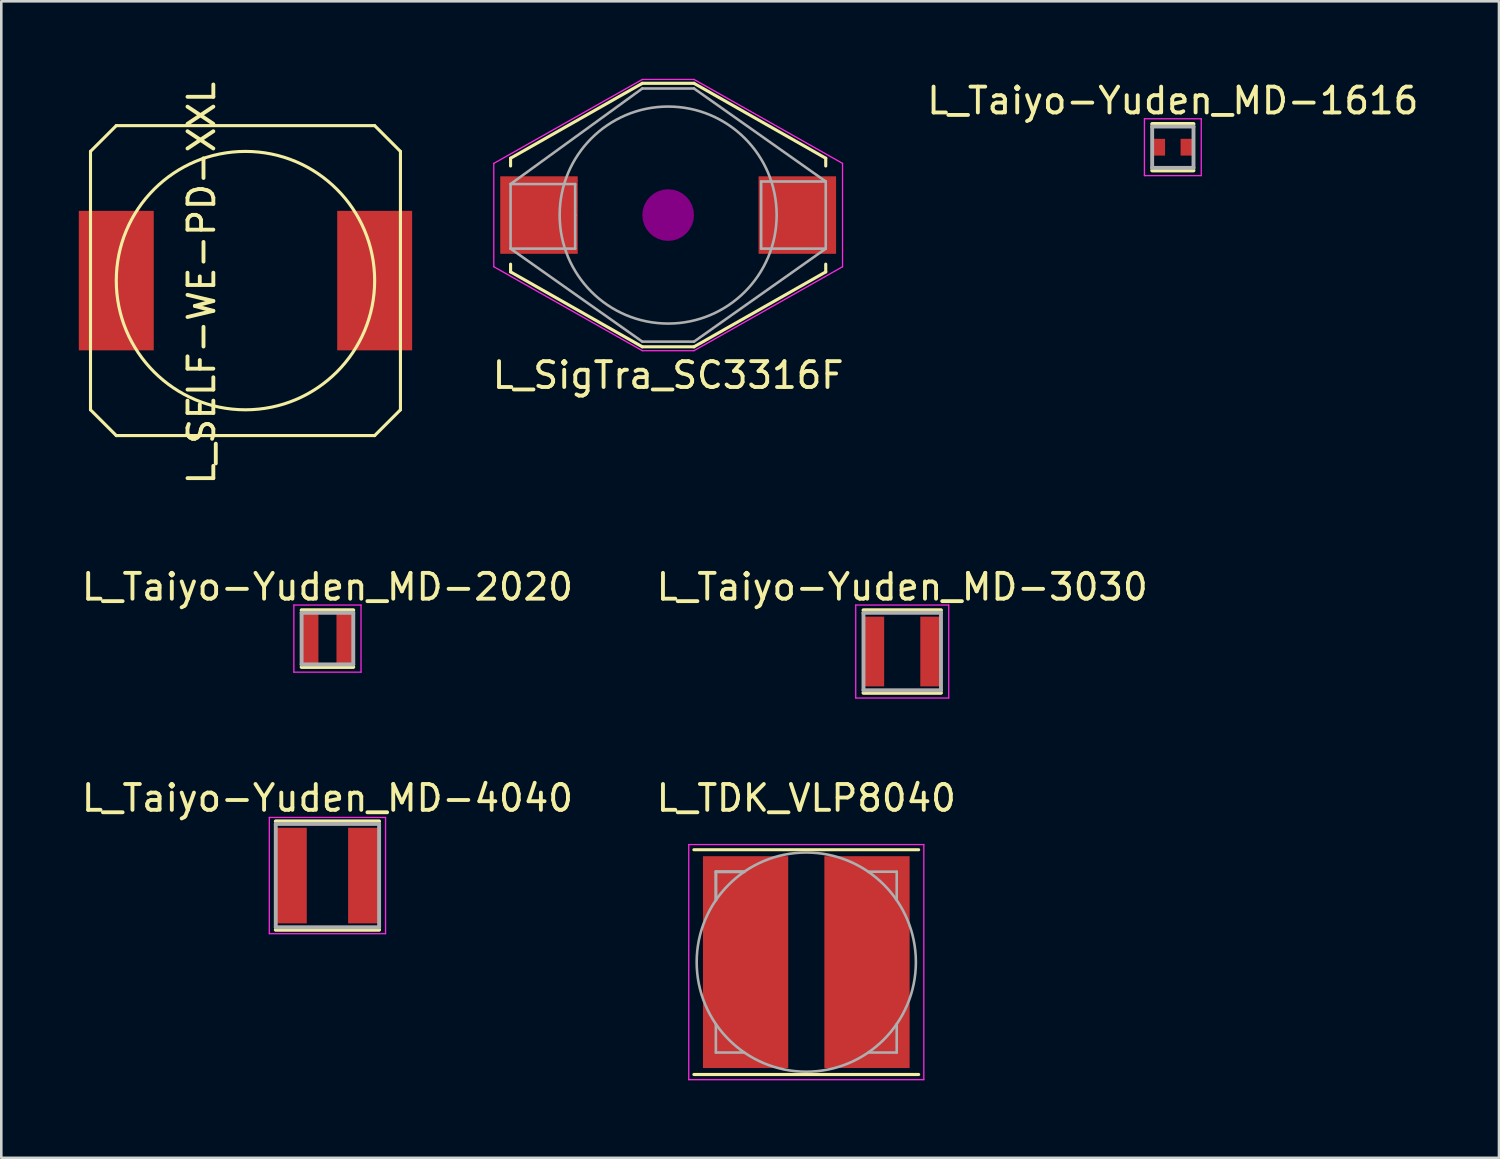
<source format=kicad_pcb>
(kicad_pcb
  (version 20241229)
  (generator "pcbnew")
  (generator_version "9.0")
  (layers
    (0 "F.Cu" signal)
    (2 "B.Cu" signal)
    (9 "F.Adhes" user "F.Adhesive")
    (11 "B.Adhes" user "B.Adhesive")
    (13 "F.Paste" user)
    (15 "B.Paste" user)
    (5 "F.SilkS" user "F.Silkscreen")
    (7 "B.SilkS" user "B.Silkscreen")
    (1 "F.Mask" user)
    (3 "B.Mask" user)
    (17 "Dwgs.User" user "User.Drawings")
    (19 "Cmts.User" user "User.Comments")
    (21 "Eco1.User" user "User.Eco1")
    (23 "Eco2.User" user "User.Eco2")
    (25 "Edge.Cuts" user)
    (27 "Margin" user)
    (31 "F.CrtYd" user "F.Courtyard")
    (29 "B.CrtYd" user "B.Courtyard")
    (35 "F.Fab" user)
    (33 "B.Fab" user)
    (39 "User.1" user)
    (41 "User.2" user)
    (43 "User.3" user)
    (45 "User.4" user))
  (footprint "L_SELF-WE-PD-XXL"
    (layer "F.Cu")
    (at 6.452 7.812)
    (property "Reference" "L_SELF-WE-PD-XXL" (at -1.699 0.099 90) (layer "F.SilkS") (effects (font (size 1 1) (thickness 0.15))))
    (attr smd)
    (fp_line (start -5.999 -5.001) (end -5.001 -5.999) (stroke (width 0.12) (type solid)) (layer "F.SilkS"))
    (fp_line (start -5.999 0) (end -5.999 -5.001) (stroke (width 0.12) (type solid)) (layer "F.SilkS"))
    (fp_line (start -5.999 5.001) (end -5.999 0) (stroke (width 0.12) (type solid)) (layer "F.SilkS"))
    (fp_line (start -5.001 -5.999) (end 5.001 -5.999) (stroke (width 0.12) (type solid)) (layer "F.SilkS"))
    (fp_line (start -5.001 5.999) (end -5.999 5.001) (stroke (width 0.12) (type solid)) (layer "F.SilkS"))
    (fp_line (start 5.001 -5.999) (end 5.999 -5.001) (stroke (width 0.12) (type solid)) (layer "F.SilkS"))
    (fp_line (start 5.001 5.999) (end -5.001 5.999) (stroke (width 0.12) (type solid)) (layer "F.SilkS"))
    (fp_line (start 5.999 -5.001) (end 5.999 5.001) (stroke (width 0.12) (type solid)) (layer "F.SilkS"))
    (fp_line (start 5.999 5.001) (end 5.001 5.999) (stroke (width 0.12) (type solid)) (layer "F.SilkS"))
    (fp_circle (center 0 0) (end 0 -5.001) (stroke (width 0.12) (type solid)) (fill no) (layer "F.SilkS"))
    (fp_text user "" (at 0 0 0) (layer "F.SilkS") (effects (font (size 1 1) (thickness 0.15))))
    (fp_text user "" (at 0 0 0) (layer "F.SilkS") (effects (font (size 1 1) (thickness 0.15))))
    (pad "1" smd rect (at -5.001 0) (size 2.901 5.4) (layers "F.Cu" "F.Mask" "F.Paste"))
    (pad "2" smd rect (at 5.001 0) (size 2.901 5.4) (layers "F.Cu" "F.Mask" "F.Paste")))
  (footprint "L_TDK_VLP8040"
    (layer "F.Cu")
    (at 28.161 34.193)
    (property "Reference" "L_TDK_VLP8040" (at 0 -6.35 0) (layer "F.SilkS") (effects (font (size 1 1) (thickness 0.15))))
    (attr smd)
    (fp_line (start -4.35 -4.35) (end 4.35 -4.35) (stroke (width 0.12) (type solid)) (layer "F.SilkS"))
    (fp_line (start -4.35 4.35) (end 4.35 4.35) (stroke (width 0.12) (type solid)) (layer "F.SilkS"))
    (fp_line (start -4.55 -4.55) (end -4.55 4.55) (stroke (width 0.05) (type solid)) (layer "F.CrtYd"))
    (fp_line (start -4.55 4.55) (end 4.55 4.55) (stroke (width 0.05) (type solid)) (layer "F.CrtYd"))
    (fp_line (start 4.55 -4.55) (end -4.55 -4.55) (stroke (width 0.05) (type solid)) (layer "F.CrtYd"))
    (fp_line (start 4.55 4.55) (end 4.55 -4.55) (stroke (width 0.05) (type solid)) (layer "F.CrtYd"))
    (fp_line (start -3.5 -3.5) (end -2.4 -3.5) (stroke (width 0.12) (type solid)) (layer "F.Fab"))
    (fp_line (start -3.5 -2.4) (end -3.5 -3.5) (stroke (width 0.12) (type solid)) (layer "F.Fab"))
    (fp_line (start -3.5 2.4) (end -3.5 3.5) (stroke (width 0.1) (type solid)) (layer "F.Fab"))
    (fp_line (start -3.5 3.5) (end -2.4 3.5) (stroke (width 0.1) (type solid)) (layer "F.Fab"))
    (fp_line (start 3.5 -3.5) (end 2.4 -3.5) (stroke (width 0.1) (type solid)) (layer "F.Fab"))
    (fp_line (start 3.5 -3.5) (end 3.5 -2.4) (stroke (width 0.1) (type solid)) (layer "F.Fab"))
    (fp_line (start 3.5 2.4) (end 3.5 3.5) (stroke (width 0.1) (type solid)) (layer "F.Fab"))
    (fp_line (start 3.5 3.5) (end 2.4 3.5) (stroke (width 0.1) (type solid)) (layer "F.Fab"))
    (fp_circle (center 0 0) (end 3 3) (stroke (width 0.1) (type solid)) (fill no) (layer "F.Fab"))
    (pad "1" smd rect (at -2.35 0) (size 3.3 8.2) (layers "F.Cu" "F.Mask" "F.Paste"))
    (pad "2" smd rect (at 2.35 0) (size 3.3 8.2) (layers "F.Cu" "F.Mask" "F.Paste")))
  (footprint "L_Taiyo-Yuden_MD-1616"
    (layer "F.Cu")
    (at 42.35 2.648)
    (property "Reference" "L_Taiyo-Yuden_MD-1616" (at 0 -1.8 0) (layer "F.SilkS") (effects (font (size 1 1) (thickness 0.15))))
    (attr smd)
    (fp_line (start -0.8 -0.9) (end 0.8 -0.9) (stroke (width 0.15) (type solid)) (layer "F.SilkS"))
    (fp_line (start -0.8 0.9) (end 0.8 0.9) (stroke (width 0.15) (type solid)) (layer "F.SilkS"))
    (fp_line (start -1.1 -1.1) (end -1.1 1.1) (stroke (width 0.05) (type solid)) (layer "F.CrtYd"))
    (fp_line (start -1.1 1.1) (end 1.1 1.1) (stroke (width 0.05) (type solid)) (layer "F.CrtYd"))
    (fp_line (start 1.1 -1.1) (end -1.1 -1.1) (stroke (width 0.05) (type solid)) (layer "F.CrtYd"))
    (fp_line (start 1.1 1.1) (end 1.1 -1.1) (stroke (width 0.05) (type solid)) (layer "F.CrtYd"))
    (fp_line (start -0.8 -0.8) (end -0.8 0.8) (stroke (width 0.15) (type solid)) (layer "F.Fab"))
    (fp_line (start -0.8 0.8) (end 0.8 0.8) (stroke (width 0.15) (type solid)) (layer "F.Fab"))
    (fp_line (start 0.8 -0.8) (end -0.8 -0.8) (stroke (width 0.15) (type solid)) (layer "F.Fab"))
    (fp_line (start 0.8 0.8) (end 0.8 -0.8) (stroke (width 0.15) (type solid)) (layer "F.Fab"))
    (pad "1" smd rect (at -0.55 0) (size 0.5 0.65) (layers "F.Cu" "F.Mask" "F.Paste"))
    (pad "2" smd rect (at 0.55 0) (size 0.5 0.65) (layers "F.Cu" "F.Mask" "F.Paste")))
  (footprint "L_Taiyo-Yuden_MD-4040"
    (layer "F.Cu")
    (at 9.625 30.843)
    (property "Reference" "L_Taiyo-Yuden_MD-4040" (at 0 -3 0) (layer "F.SilkS") (effects (font (size 1 1) (thickness 0.15))))
    (attr smd)
    (fp_line (start -2 -2.1) (end 2 -2.1) (stroke (width 0.15) (type solid)) (layer "F.SilkS"))
    (fp_line (start -2 2.1) (end 2 2.1) (stroke (width 0.15) (type solid)) (layer "F.SilkS"))
    (fp_line (start -2.25 -2.25) (end -2.25 2.25) (stroke (width 0.05) (type solid)) (layer "F.CrtYd"))
    (fp_line (start -2.25 2.25) (end 2.25 2.25) (stroke (width 0.05) (type solid)) (layer "F.CrtYd"))
    (fp_line (start 2.25 -2.25) (end -2.25 -2.25) (stroke (width 0.05) (type solid)) (layer "F.CrtYd"))
    (fp_line (start 2.25 2.25) (end 2.25 -2.25) (stroke (width 0.05) (type solid)) (layer "F.CrtYd"))
    (fp_line (start -2 -2) (end -2 2) (stroke (width 0.15) (type solid)) (layer "F.Fab"))
    (fp_line (start -2 2) (end 2 2) (stroke (width 0.15) (type solid)) (layer "F.Fab"))
    (fp_line (start 2 -2) (end -2 -2) (stroke (width 0.15) (type solid)) (layer "F.Fab"))
    (fp_line (start 2 2) (end 2 -2) (stroke (width 0.15) (type solid)) (layer "F.Fab"))
    (pad "1" smd rect (at -1.4 0) (size 1.2 3.7) (layers "F.Cu" "F.Mask" "F.Paste"))
    (pad "2" smd rect (at 1.4 0) (size 1.2 3.7) (layers "F.Cu" "F.Mask" "F.Paste")))
  (footprint "L_SigTra_SC3316F"
    (layer "F.Cu")
    (at 22.814 5.275)
    (property "Reference" "L_SigTra_SC3316F" (at 0 6.2 0) (layer "F.SilkS") (effects (font (size 1 1) (thickness 0.15))))
    (attr smd)
    (fp_line (start -6.1 -2.2) (end -1 -5.1) (stroke (width 0.12) (type solid)) (layer "F.SilkS"))
    (fp_line (start -6.1 -1.9) (end -6.1 -2.2) (stroke (width 0.12) (type solid)) (layer "F.SilkS"))
    (fp_line (start -6.1 1.9) (end -6.1 2.2) (stroke (width 0.12) (type solid)) (layer "F.SilkS"))
    (fp_line (start -6.1 2.2) (end -1 5.1) (stroke (width 0.12) (type solid)) (layer "F.SilkS"))
    (fp_line (start 1 -5.1) (end -1 -5.1) (stroke (width 0.12) (type solid)) (layer "F.SilkS"))
    (fp_line (start 1 5.1) (end -1 5.1) (stroke (width 0.12) (type solid)) (layer "F.SilkS"))
    (fp_line (start 6.1 -2.2) (end 1 -5.1) (stroke (width 0.12) (type solid)) (layer "F.SilkS"))
    (fp_line (start 6.1 -1.9) (end 6.1 -2.2) (stroke (width 0.12) (type solid)) (layer "F.SilkS"))
    (fp_line (start 6.1 1.9) (end 6.1 2.2) (stroke (width 0.12) (type solid)) (layer "F.SilkS"))
    (fp_line (start 6.1 2.2) (end 1 5.1) (stroke (width 0.12) (type solid)) (layer "F.SilkS"))
    (fp_circle (center 0 0) (end 0.5 0) (stroke (width 1) (type solid)) (fill no) (layer "F.Adhes"))
    (fp_line (start -6.75 -2) (end -6.75 2) (stroke (width 0.05) (type solid)) (layer "F.CrtYd"))
    (fp_line (start -6.75 2) (end -1 5.25) (stroke (width 0.05) (type solid)) (layer "F.CrtYd"))
    (fp_line (start -1 -5.25) (end -6.75 -2) (stroke (width 0.05) (type solid)) (layer "F.CrtYd"))
    (fp_line (start -1 -5.25) (end 1 -5.25) (stroke (width 0.05) (type solid)) (layer "F.CrtYd"))
    (fp_line (start -1 5.25) (end 1 5.25) (stroke (width 0.05) (type solid)) (layer "F.CrtYd"))
    (fp_line (start 1 -5.25) (end 6.75 -2) (stroke (width 0.05) (type solid)) (layer "F.CrtYd"))
    (fp_line (start 1 5.25) (end 6.75 2) (stroke (width 0.05) (type solid)) (layer "F.CrtYd"))
    (fp_line (start 6.75 2) (end 6.75 -2) (stroke (width 0.05) (type solid)) (layer "F.CrtYd"))
    (fp_line (start -6.1 -1.2) (end -3.6 -1.2) (stroke (width 0.1) (type solid)) (layer "F.Fab"))
    (fp_line (start -6.1 1.3) (end -6.1 -1.2) (stroke (width 0.1) (type solid)) (layer "F.Fab"))
    (fp_line (start -3.6 -1.2) (end -3.6 0) (stroke (width 0.1) (type solid)) (layer "F.Fab"))
    (fp_line (start -3.6 0) (end -3.6 1.3) (stroke (width 0.1) (type solid)) (layer "F.Fab"))
    (fp_line (start -3.6 1.3) (end -6.1 1.3) (stroke (width 0.1) (type solid)) (layer "F.Fab"))
    (fp_line (start -1 -4.9) (end -6.1 -1.2) (stroke (width 0.1) (type solid)) (layer "F.Fab"))
    (fp_line (start -1 4.9) (end -6.1 1.3) (stroke (width 0.1) (type solid)) (layer "F.Fab"))
    (fp_line (start 1 -4.9) (end -1 -4.9) (stroke (width 0.1) (type solid)) (layer "F.Fab"))
    (fp_line (start 1 -4.9) (end 6.1 -1.3) (stroke (width 0.1) (type solid)) (layer "F.Fab"))
    (fp_line (start 1 4.9) (end -1 4.9) (stroke (width 0.1) (type solid)) (layer "F.Fab"))
    (fp_line (start 3.6 -1.3) (end 6.1 -1.3) (stroke (width 0.1) (type solid)) (layer "F.Fab"))
    (fp_line (start 3.6 1.3) (end 3.6 -1.3) (stroke (width 0.1) (type solid)) (layer "F.Fab"))
    (fp_line (start 6.1 -1.3) (end 6.1 1.3) (stroke (width 0.1) (type solid)) (layer "F.Fab"))
    (fp_line (start 6.1 1.3) (end 1 4.9) (stroke (width 0.1) (type solid)) (layer "F.Fab"))
    (fp_line (start 6.1 1.3) (end 3.6 1.3) (stroke (width 0.1) (type solid)) (layer "F.Fab"))
    (fp_circle (center 0 0) (end 4.2 0) (stroke (width 0.1) (type solid)) (fill no) (layer "F.Fab"))
    (pad "1" smd rect (at -5 0) (size 3 3) (layers "F.Cu" "F.Mask" "F.Paste"))
    (pad "2" smd rect (at 5 0) (size 3 3) (layers "F.Cu" "F.Mask" "F.Paste")))
  (footprint "L_Taiyo-Yuden_MD-3030"
    (layer "F.Cu")
    (at 31.875 22.17)
    (property "Reference" "L_Taiyo-Yuden_MD-3030" (at 0 -2.5 0) (layer "F.SilkS") (effects (font (size 1 1) (thickness 0.15))))
    (attr smd)
    (fp_line (start -1.5 -1.6) (end 1.5 -1.6) (stroke (width 0.15) (type solid)) (layer "F.SilkS"))
    (fp_line (start -1.5 1.6) (end 1.5 1.6) (stroke (width 0.15) (type solid)) (layer "F.SilkS"))
    (fp_line (start -1.8 -1.8) (end -1.8 1.8) (stroke (width 0.05) (type solid)) (layer "F.CrtYd"))
    (fp_line (start -1.8 1.8) (end 1.8 1.8) (stroke (width 0.05) (type solid)) (layer "F.CrtYd"))
    (fp_line (start 1.8 -1.8) (end -1.8 -1.8) (stroke (width 0.05) (type solid)) (layer "F.CrtYd"))
    (fp_line (start 1.8 1.8) (end 1.8 -1.8) (stroke (width 0.05) (type solid)) (layer "F.CrtYd"))
    (fp_line (start -1.5 -1.5) (end -1.5 1.5) (stroke (width 0.15) (type solid)) (layer "F.Fab"))
    (fp_line (start -1.5 1.5) (end 1.5 1.5) (stroke (width 0.15) (type solid)) (layer "F.Fab"))
    (fp_line (start 1.5 -1.5) (end -1.5 -1.5) (stroke (width 0.15) (type solid)) (layer "F.Fab"))
    (fp_line (start 1.5 1.5) (end 1.5 -1.5) (stroke (width 0.15) (type solid)) (layer "F.Fab"))
    (pad "1" smd rect (at -1.1 0) (size 0.8 2.7) (layers "F.Cu" "F.Mask" "F.Paste"))
    (pad "2" smd rect (at 1.1 0) (size 0.8 2.7) (layers "F.Cu" "F.Mask" "F.Paste")))
  (footprint "L_Taiyo-Yuden_MD-2020"
    (layer "F.Cu")
    (at 9.625 21.67)
    (property "Reference" "L_Taiyo-Yuden_MD-2020" (at 0 -2 0) (layer "F.SilkS") (effects (font (size 1 1) (thickness 0.15))))
    (attr smd)
    (fp_line (start -1 -1.1) (end 1 -1.1) (stroke (width 0.15) (type solid)) (layer "F.SilkS"))
    (fp_line (start -1 1.1) (end 1 1.1) (stroke (width 0.15) (type solid)) (layer "F.SilkS"))
    (fp_line (start -1.3 -1.3) (end -1.3 1.3) (stroke (width 0.05) (type solid)) (layer "F.CrtYd"))
    (fp_line (start -1.3 1.3) (end 1.3 1.3) (stroke (width 0.05) (type solid)) (layer "F.CrtYd"))
    (fp_line (start 1.3 -1.3) (end -1.3 -1.3) (stroke (width 0.05) (type solid)) (layer "F.CrtYd"))
    (fp_line (start 1.3 1.3) (end 1.3 -1.3) (stroke (width 0.05) (type solid)) (layer "F.CrtYd"))
    (fp_line (start -1 -1) (end -1 1) (stroke (width 0.15) (type solid)) (layer "F.Fab"))
    (fp_line (start -1 1) (end 1 1) (stroke (width 0.15) (type solid)) (layer "F.Fab"))
    (fp_line (start 1 -1) (end -1 -1) (stroke (width 0.15) (type solid)) (layer "F.Fab"))
    (fp_line (start 1 1) (end 1 -1) (stroke (width 0.15) (type solid)) (layer "F.Fab"))
    (pad "1" smd rect (at -0.675 0) (size 0.65 2) (layers "F.Cu" "F.Mask" "F.Paste"))
    (pad "2" smd rect (at 0.675 0) (size 0.65 2) (layers "F.Cu" "F.Mask" "F.Paste")))
  (gr_rect
    (start -3 -3)
    (end 54.975 41.768)
    (stroke (width 0.1) (type default))
    (fill no)
    (layer "Edge.Cuts")))
</source>
